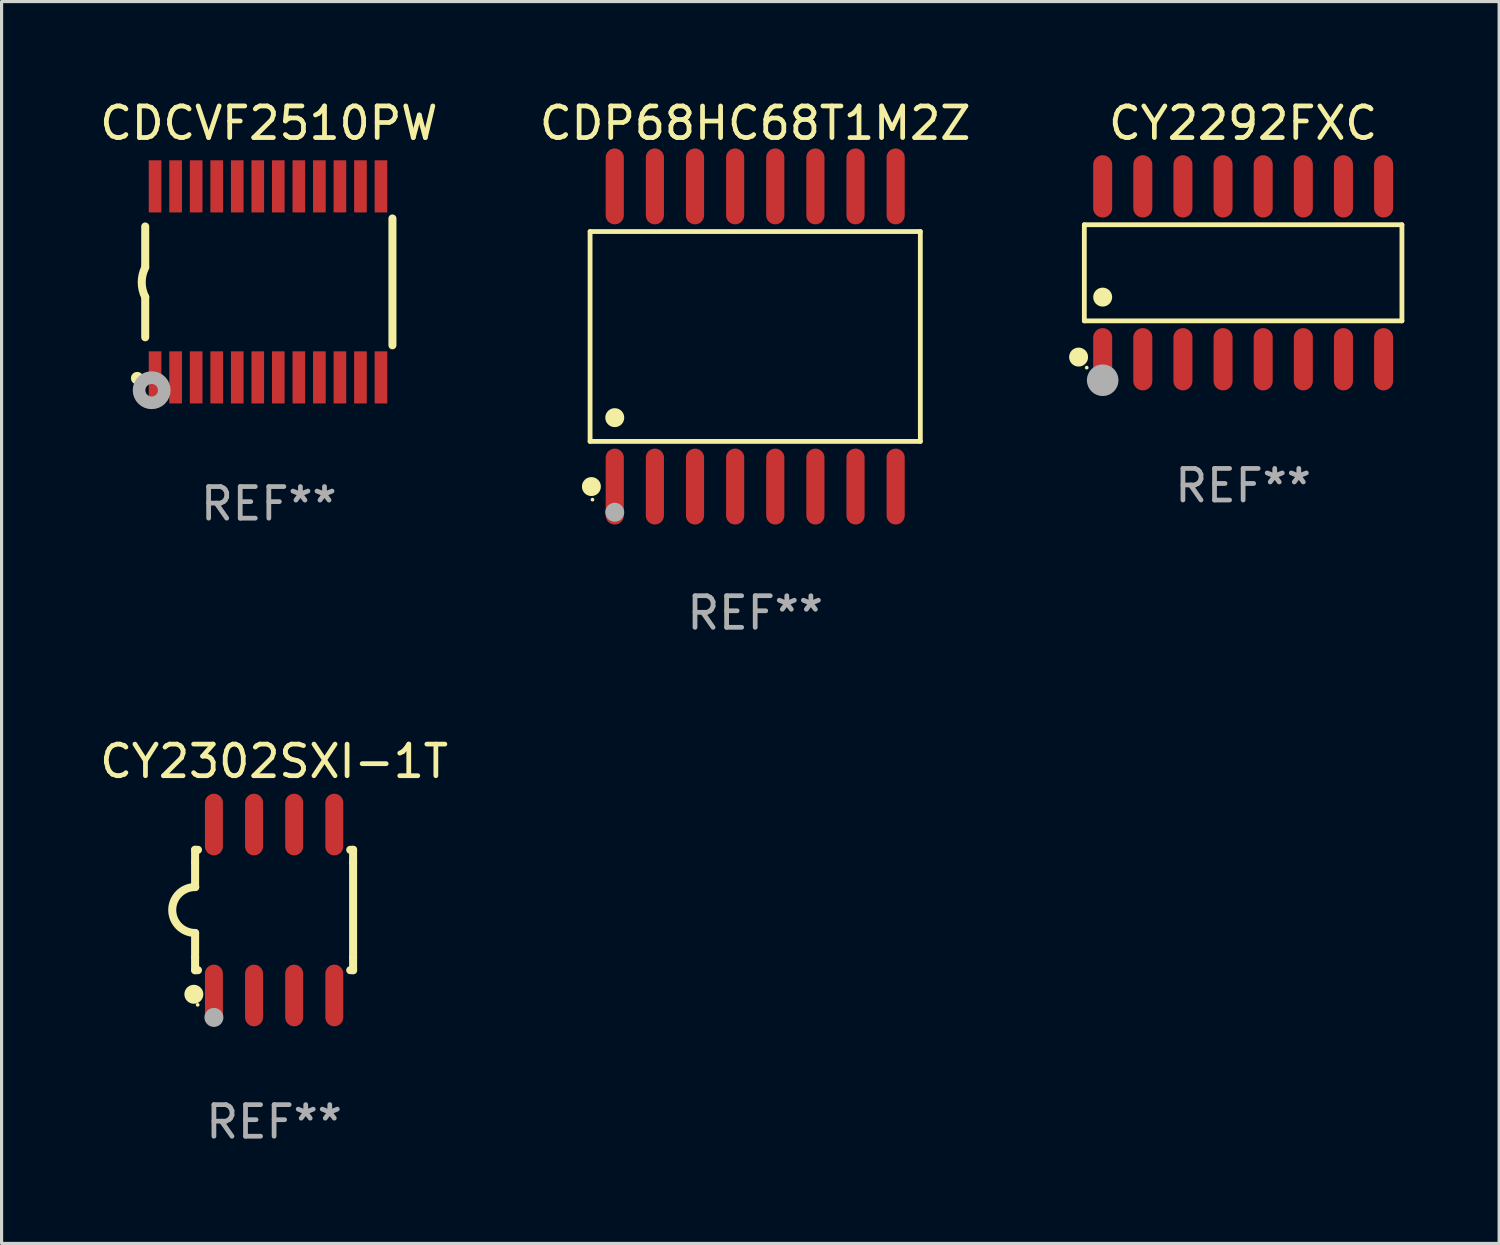
<source format=kicad_pcb>
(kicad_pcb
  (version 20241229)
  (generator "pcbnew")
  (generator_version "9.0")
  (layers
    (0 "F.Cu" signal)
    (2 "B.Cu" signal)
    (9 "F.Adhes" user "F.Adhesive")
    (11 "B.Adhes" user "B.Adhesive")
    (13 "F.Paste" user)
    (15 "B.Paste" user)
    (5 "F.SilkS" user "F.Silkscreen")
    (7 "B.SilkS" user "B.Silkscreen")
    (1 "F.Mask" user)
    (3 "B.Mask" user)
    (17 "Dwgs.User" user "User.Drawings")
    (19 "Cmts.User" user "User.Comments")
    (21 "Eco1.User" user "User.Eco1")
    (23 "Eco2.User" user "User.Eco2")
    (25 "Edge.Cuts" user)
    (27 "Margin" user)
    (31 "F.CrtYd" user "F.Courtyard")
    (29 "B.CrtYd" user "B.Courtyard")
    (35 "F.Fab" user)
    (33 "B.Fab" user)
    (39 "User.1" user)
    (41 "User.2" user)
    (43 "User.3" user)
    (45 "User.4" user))
  (footprint "CY2302SXI-1T"
    (layer "F.Cu")
    (at 5.625 25.75)
    (property "Reference" "CY2302SXI-1T" (at 0 -4.705 0) (layer "F.SilkS") (effects (font (size 1 1) (thickness 0.15))))
    (attr through_hole)
    (fp_line (start -2.5 -1.905) (end -2.409 -1.905) (stroke (width 0.254) (type solid)) (layer "F.SilkS"))
    (fp_line (start -2.5 -1.5) (end -2.5 -1.905) (stroke (width 0.254) (type solid)) (layer "F.SilkS"))
    (fp_line (start -2.5 -1.5) (end -2.5 -0.726) (stroke (width 0.254) (type solid)) (layer "F.SilkS"))
    (fp_line (start -2.5 1.5) (end -2.5 0.727) (stroke (width 0.254) (type solid)) (layer "F.SilkS"))
    (fp_line (start -2.5 1.5) (end -2.5 1.905) (stroke (width 0.254) (type solid)) (layer "F.SilkS"))
    (fp_line (start -2.5 1.905) (end -2.409 1.905) (stroke (width 0.254) (type solid)) (layer "F.SilkS"))
    (fp_line (start 2.5 -1.905) (end 2.409 -1.905) (stroke (width 0.254) (type solid)) (layer "F.SilkS"))
    (fp_line (start 2.5 -1.5) (end 2.5 -1.905) (stroke (width 0.254) (type solid)) (layer "F.SilkS"))
    (fp_line (start 2.5 -1.5) (end 2.5 1.5) (stroke (width 0.254) (type solid)) (layer "F.SilkS"))
    (fp_line (start 2.5 1.5) (end 2.5 1.905) (stroke (width 0.254) (type solid)) (layer "F.SilkS"))
    (fp_line (start 2.5 1.905) (end 2.409 1.905) (stroke (width 0.254) (type solid)) (layer "F.SilkS"))
    (fp_arc (start -2.5 0.726568) (mid -3.220316 -0.0023) (end -2.495097 -0.726289) (stroke (width 0.254001) (type solid)) (layer "F.SilkS"))
    (fp_circle (center -2.54 2.667) (end -2.39 2.667) (stroke (width 0.3) (type solid)) (fill no) (layer "F.SilkS"))
    (fp_circle (center -2.42 3) (end -2.39 3) (stroke (width 0.06) (type solid)) (fill no) (layer "F.SilkS"))
    (fp_circle (center -1.905 3.4) (end -1.755 3.4) (stroke (width 0.3) (type solid)) (fill no) (layer "F.Fab"))
    (fp_text user "REF**" (at 0 6.705 0) (layer "F.Fab") (effects (font (size 1 1) (thickness 0.15))))
    (pad "1" smd oval (at -1.905 2.705) (size 0.568 1.95) (layers "F.Cu" "F.Mask" "F.Paste"))
    (pad "2" smd oval (at -0.635 2.705) (size 0.568 1.95) (layers "F.Cu" "F.Mask" "F.Paste"))
    (pad "3" smd oval (at 0.635 2.705) (size 0.568 1.95) (layers "F.Cu" "F.Mask" "F.Paste"))
    (pad "4" smd oval (at 1.905 2.705) (size 0.568 1.95) (layers "F.Cu" "F.Mask" "F.Paste"))
    (pad "5" smd oval (at 1.905 -2.705) (size 0.568 1.95) (layers "F.Cu" "F.Mask" "F.Paste"))
    (pad "6" smd oval (at 0.635 -2.705) (size 0.568 1.95) (layers "F.Cu" "F.Mask" "F.Paste"))
    (pad "7" smd oval (at -0.635 -2.705) (size 0.568 1.95) (layers "F.Cu" "F.Mask" "F.Paste"))
    (pad "8" smd oval (at -1.905 -2.705) (size 0.568 1.95) (layers "F.Cu" "F.Mask" "F.Paste")))
  (footprint "CDP68HC68T1M2Z"
    (layer "F.Cu")
    (at 20.851 7.599)
    (property "Reference" "CDP68HC68T1M2Z" (at 0 -6.75 0) (layer "F.SilkS") (effects (font (size 1 1) (thickness 0.15))))
    (attr through_hole)
    (fp_line (start -5.226 -3.321) (end 5.226 -3.321) (stroke (width 0.152) (type solid)) (layer "F.SilkS"))
    (fp_line (start -5.226 3.321) (end -5.226 -3.321) (stroke (width 0.152) (type solid)) (layer "F.SilkS"))
    (fp_line (start 5.226 -3.321) (end 5.226 3.321) (stroke (width 0.152) (type solid)) (layer "F.SilkS"))
    (fp_line (start 5.226 3.321) (end -5.226 3.321) (stroke (width 0.152) (type solid)) (layer "F.SilkS"))
    (fp_circle (center -5.184 4.75) (end -5.034 4.75) (stroke (width 0.3) (type solid)) (fill no) (layer "F.SilkS"))
    (fp_circle (center -5.15 5.163) (end -5.12 5.163) (stroke (width 0.06) (type solid)) (fill no) (layer "F.SilkS"))
    (fp_circle (center -4.445 2.569) (end -4.295 2.569) (stroke (width 0.3) (type solid)) (fill no) (layer "F.SilkS"))
    (fp_circle (center -4.445 5.563) (end -4.295 5.563) (stroke (width 0.3) (type solid)) (fill no) (layer "F.Fab"))
    (fp_text user "REF**" (at 0 8.75 0) (layer "F.Fab") (effects (font (size 1 1) (thickness 0.15))))
    (pad "1" smd oval (at -4.445 4.75) (size 0.574 2.401) (layers "F.Cu" "F.Mask" "F.Paste"))
    (pad "2" smd oval (at -3.175 4.75) (size 0.574 2.401) (layers "F.Cu" "F.Mask" "F.Paste"))
    (pad "3" smd oval (at -1.905 4.75) (size 0.574 2.401) (layers "F.Cu" "F.Mask" "F.Paste"))
    (pad "4" smd oval (at -0.635 4.75) (size 0.574 2.401) (layers "F.Cu" "F.Mask" "F.Paste"))
    (pad "5" smd oval (at 0.635 4.75) (size 0.574 2.401) (layers "F.Cu" "F.Mask" "F.Paste"))
    (pad "6" smd oval (at 1.905 4.75) (size 0.574 2.401) (layers "F.Cu" "F.Mask" "F.Paste"))
    (pad "7" smd oval (at 3.175 4.75) (size 0.574 2.401) (layers "F.Cu" "F.Mask" "F.Paste"))
    (pad "8" smd oval (at 4.445 4.75) (size 0.574 2.401) (layers "F.Cu" "F.Mask" "F.Paste"))
    (pad "9" smd oval (at 4.445 -4.75) (size 0.574 2.401) (layers "F.Cu" "F.Mask" "F.Paste"))
    (pad "10" smd oval (at 3.175 -4.75) (size 0.574 2.401) (layers "F.Cu" "F.Mask" "F.Paste"))
    (pad "11" smd oval (at 1.905 -4.75) (size 0.574 2.401) (layers "F.Cu" "F.Mask" "F.Paste"))
    (pad "12" smd oval (at 0.635 -4.75) (size 0.574 2.401) (layers "F.Cu" "F.Mask" "F.Paste"))
    (pad "13" smd oval (at -0.635 -4.75) (size 0.574 2.401) (layers "F.Cu" "F.Mask" "F.Paste"))
    (pad "14" smd oval (at -1.905 -4.75) (size 0.574 2.401) (layers "F.Cu" "F.Mask" "F.Paste"))
    (pad "15" smd oval (at -3.175 -4.75) (size 0.574 2.401) (layers "F.Cu" "F.Mask" "F.Paste"))
    (pad "16" smd oval (at -4.445 -4.75) (size 0.574 2.401) (layers "F.Cu" "F.Mask" "F.Paste")))
  (footprint "CY2292FXC"
    (layer "F.Cu")
    (at 36.293 5.584)
    (property "Reference" "CY2292FXC" (at 0 -4.736 0) (layer "F.SilkS") (effects (font (size 1 1) (thickness 0.15))))
    (attr through_hole)
    (fp_line (start -5.026 -1.521) (end 5.026 -1.521) (stroke (width 0.152) (type solid)) (layer "F.SilkS"))
    (fp_line (start -5.026 1.521) (end -5.026 -1.521) (stroke (width 0.152) (type solid)) (layer "F.SilkS"))
    (fp_line (start 5.026 -1.521) (end 5.026 1.521) (stroke (width 0.152) (type solid)) (layer "F.SilkS"))
    (fp_line (start 5.026 1.521) (end -5.026 1.521) (stroke (width 0.152) (type solid)) (layer "F.SilkS"))
    (fp_circle (center -5.207 2.667) (end -5.057 2.667) (stroke (width 0.3) (type solid)) (fill no) (layer "F.SilkS"))
    (fp_circle (center -4.95 3) (end -4.92 3) (stroke (width 0.06) (type solid)) (fill no) (layer "F.SilkS"))
    (fp_circle (center -4.445 0.769) (end -4.295 0.769) (stroke (width 0.3) (type solid)) (fill no) (layer "F.SilkS"))
    (fp_circle (center -4.445 3.4) (end -4.195 3.4) (stroke (width 0.5) (type solid)) (fill no) (layer "F.Fab"))
    (fp_text user "REF**" (at 0 6.736 0) (layer "F.Fab") (effects (font (size 1 1) (thickness 0.15))))
    (pad "1" smd oval (at -4.445 2.736) (size 0.602 1.971) (layers "F.Cu" "F.Mask" "F.Paste"))
    (pad "2" smd oval (at -3.175 2.736) (size 0.602 1.971) (layers "F.Cu" "F.Mask" "F.Paste"))
    (pad "3" smd oval (at -1.905 2.736) (size 0.602 1.971) (layers "F.Cu" "F.Mask" "F.Paste"))
    (pad "4" smd oval (at -0.635 2.736) (size 0.602 1.971) (layers "F.Cu" "F.Mask" "F.Paste"))
    (pad "5" smd oval (at 0.635 2.736) (size 0.602 1.971) (layers "F.Cu" "F.Mask" "F.Paste"))
    (pad "6" smd oval (at 1.905 2.736) (size 0.602 1.971) (layers "F.Cu" "F.Mask" "F.Paste"))
    (pad "7" smd oval (at 3.175 2.736) (size 0.602 1.971) (layers "F.Cu" "F.Mask" "F.Paste"))
    (pad "8" smd oval (at 4.445 2.736) (size 0.602 1.971) (layers "F.Cu" "F.Mask" "F.Paste"))
    (pad "9" smd oval (at 4.445 -2.736) (size 0.602 1.971) (layers "F.Cu" "F.Mask" "F.Paste"))
    (pad "10" smd oval (at 3.175 -2.736) (size 0.602 1.971) (layers "F.Cu" "F.Mask" "F.Paste"))
    (pad "11" smd oval (at 1.905 -2.736) (size 0.602 1.971) (layers "F.Cu" "F.Mask" "F.Paste"))
    (pad "12" smd oval (at 0.635 -2.736) (size 0.602 1.971) (layers "F.Cu" "F.Mask" "F.Paste"))
    (pad "13" smd oval (at -0.635 -2.736) (size 0.602 1.971) (layers "F.Cu" "F.Mask" "F.Paste"))
    (pad "14" smd oval (at -1.905 -2.736) (size 0.602 1.971) (layers "F.Cu" "F.Mask" "F.Paste"))
    (pad "15" smd oval (at -3.175 -2.736) (size 0.602 1.971) (layers "F.Cu" "F.Mask" "F.Paste"))
    (pad "16" smd oval (at -4.445 -2.736) (size 0.602 1.971) (layers "F.Cu" "F.Mask" "F.Paste")))
  (footprint "CDCVF2510PW"
    (layer "F.Cu")
    (at 5.458 5.871)
    (property "Reference" "CDCVF2510PW" (at 0 -5.023 0) (layer "F.SilkS") (effects (font (size 1 1) (thickness 0.15))))
    (attr through_hole)
    (fp_line (start -3.912 -0.483) (end -3.912 -1.753) (stroke (width 0.254) (type solid)) (layer "F.SilkS"))
    (fp_line (start -3.912 1.753) (end -3.912 0.483) (stroke (width 0.254) (type solid)) (layer "F.SilkS"))
    (fp_line (start 3.912 -2.007) (end 3.912 2.007) (stroke (width 0.254) (type solid)) (layer "F.SilkS"))
    (fp_arc (start -3.911608 0.482601) (mid -4.022537 0.0127) (end -3.911608 -0.457201) (stroke (width 0.254001) (type solid)) (layer "F.SilkS"))
    (fp_circle (center -4.166 3.048) (end -4.066 3.048) (stroke (width 0.2) (type solid)) (fill no) (layer "F.SilkS"))
    (fp_circle (center -3.925 3.186) (end -3.895 3.186) (stroke (width 0.06) (type solid)) (fill no) (layer "F.SilkS"))
    (fp_circle (center -3.708 3.429) (end -3.509 3.429) (stroke (width 0.4) (type solid)) (fill no) (layer "F.Fab"))
    (fp_text user "REF**" (at 0 7.023 0) (layer "F.Fab") (effects (font (size 1 1) (thickness 0.15))))
    (pad "1" smd rect (at -3.6 3.023) (size 0.4 1.65) (layers "F.Cu" "F.Mask" "F.Paste"))
    (pad "2" smd rect (at -2.95 3.023) (size 0.4 1.65) (layers "F.Cu" "F.Mask" "F.Paste"))
    (pad "3" smd rect (at -2.3 3.023) (size 0.4 1.65) (layers "F.Cu" "F.Mask" "F.Paste"))
    (pad "4" smd rect (at -1.65 3.023) (size 0.4 1.65) (layers "F.Cu" "F.Mask" "F.Paste"))
    (pad "5" smd rect (at -1 3.023) (size 0.4 1.65) (layers "F.Cu" "F.Mask" "F.Paste"))
    (pad "6" smd rect (at -0.35 3.023) (size 0.4 1.65) (layers "F.Cu" "F.Mask" "F.Paste"))
    (pad "7" smd rect (at 0.299 3.023) (size 0.4 1.65) (layers "F.Cu" "F.Mask" "F.Paste"))
    (pad "8" smd rect (at 0.95 3.023) (size 0.4 1.65) (layers "F.Cu" "F.Mask" "F.Paste"))
    (pad "9" smd rect (at 1.6 3.023) (size 0.4 1.65) (layers "F.Cu" "F.Mask" "F.Paste"))
    (pad "10" smd rect (at 2.25 3.023) (size 0.4 1.65) (layers "F.Cu" "F.Mask" "F.Paste"))
    (pad "11" smd rect (at 2.9 3.023) (size 0.4 1.65) (layers "F.Cu" "F.Mask" "F.Paste"))
    (pad "12" smd rect (at 3.549 3.023) (size 0.4 1.65) (layers "F.Cu" "F.Mask" "F.Paste"))
    (pad "13" smd rect (at 3.549 -3.023) (size 0.4 1.65) (layers "F.Cu" "F.Mask" "F.Paste"))
    (pad "14" smd rect (at 2.9 -3.023) (size 0.4 1.65) (layers "F.Cu" "F.Mask" "F.Paste"))
    (pad "15" smd rect (at 2.25 -3.023) (size 0.4 1.65) (layers "F.Cu" "F.Mask" "F.Paste"))
    (pad "16" smd rect (at 1.6 -3.023) (size 0.4 1.65) (layers "F.Cu" "F.Mask" "F.Paste"))
    (pad "17" smd rect (at 0.95 -3.023) (size 0.4 1.65) (layers "F.Cu" "F.Mask" "F.Paste"))
    (pad "18" smd rect (at 0.299 -3.023) (size 0.4 1.65) (layers "F.Cu" "F.Mask" "F.Paste"))
    (pad "19" smd rect (at -0.35 -3.023) (size 0.4 1.65) (layers "F.Cu" "F.Mask" "F.Paste"))
    (pad "20" smd rect (at -1 -3.023) (size 0.4 1.65) (layers "F.Cu" "F.Mask" "F.Paste"))
    (pad "21" smd rect (at -1.65 -3.023) (size 0.4 1.65) (layers "F.Cu" "F.Mask" "F.Paste"))
    (pad "22" smd rect (at -2.3 -3.023) (size 0.4 1.65) (layers "F.Cu" "F.Mask" "F.Paste"))
    (pad "23" smd rect (at -2.95 -3.023) (size 0.4 1.65) (layers "F.Cu" "F.Mask" "F.Paste"))
    (pad "24" smd rect (at -3.6 -3.023) (size 0.4 1.65) (layers "F.Cu" "F.Mask" "F.Paste")))
  (gr_rect
    (start -3 -3)
    (end 44.395 36.304)
    (stroke (width 0.1) (type default))
    (fill no)
    (layer "Edge.Cuts")))
</source>
